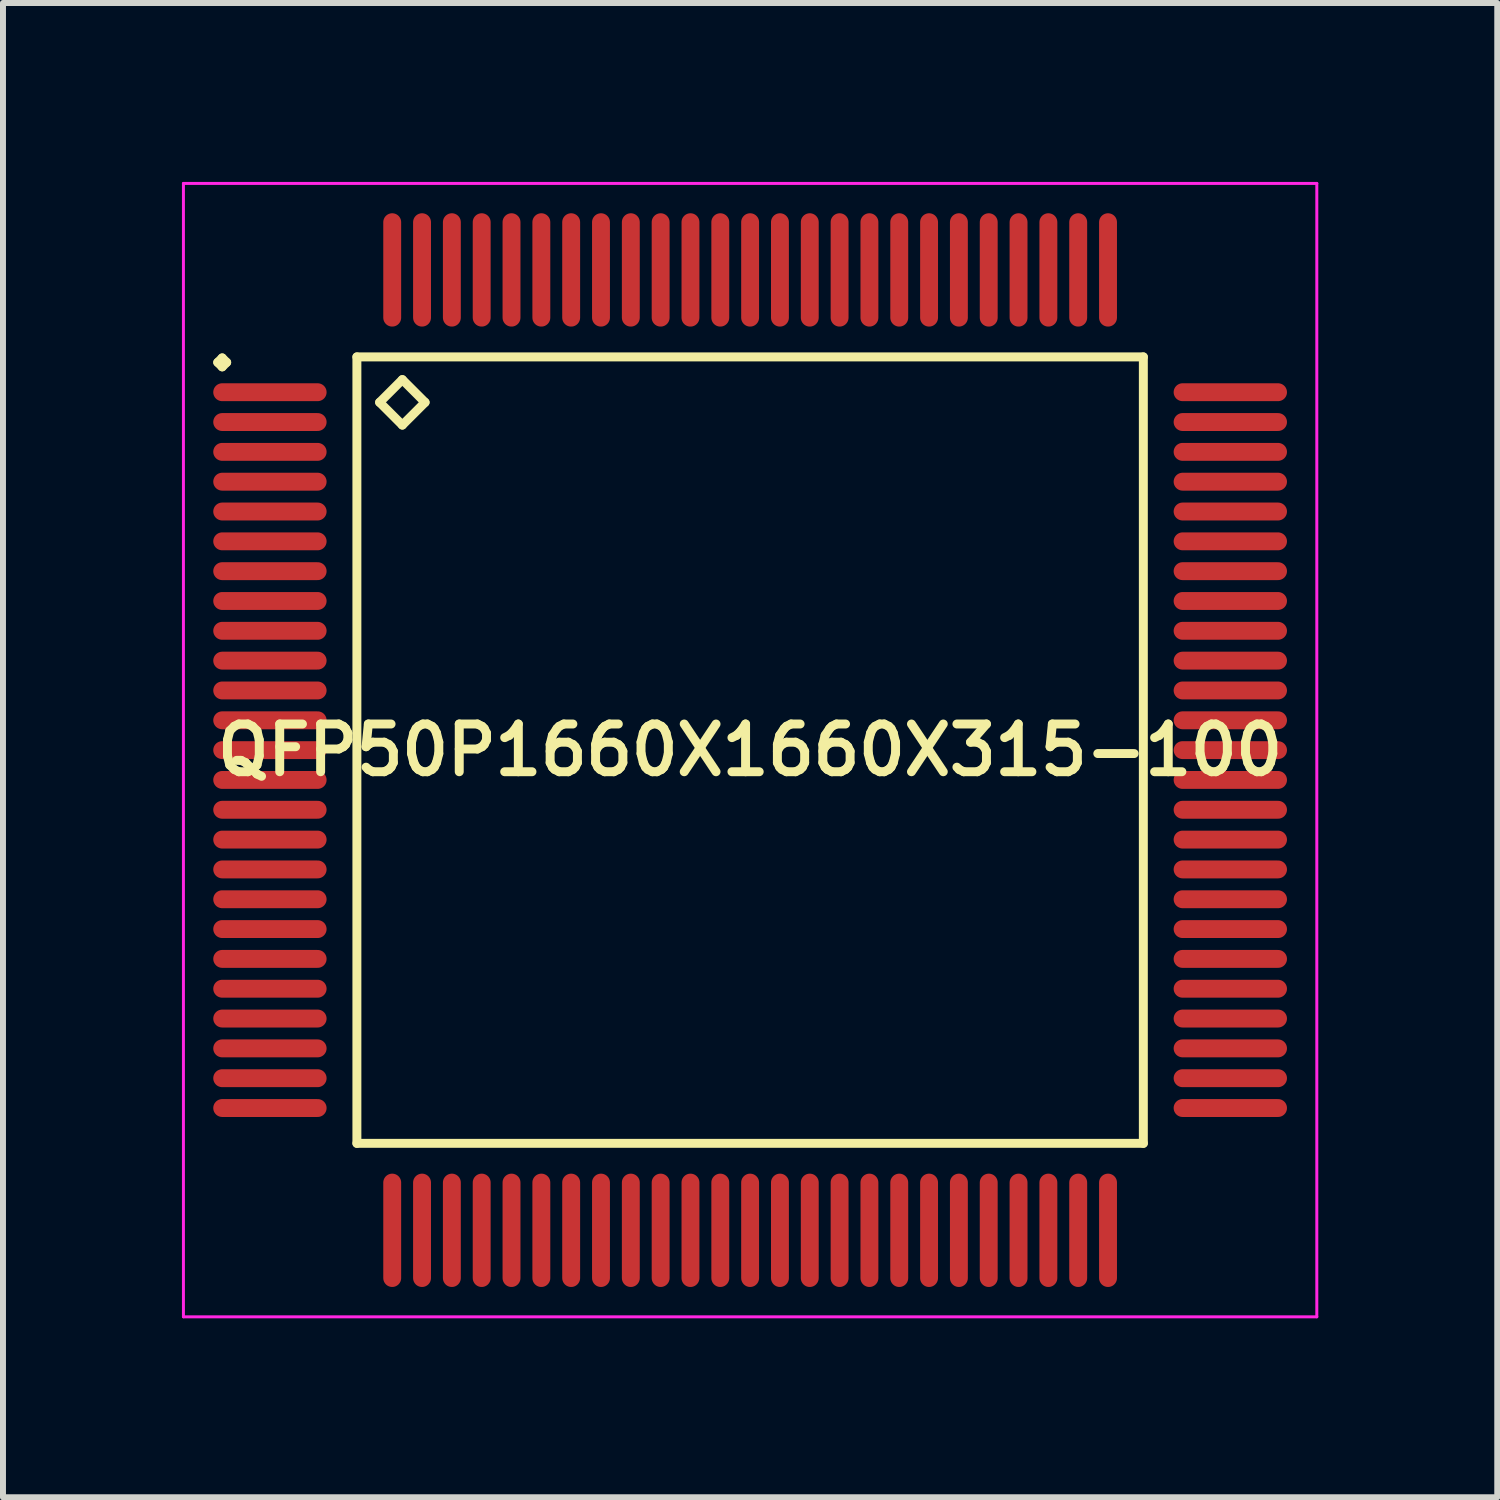
<source format=kicad_pcb>
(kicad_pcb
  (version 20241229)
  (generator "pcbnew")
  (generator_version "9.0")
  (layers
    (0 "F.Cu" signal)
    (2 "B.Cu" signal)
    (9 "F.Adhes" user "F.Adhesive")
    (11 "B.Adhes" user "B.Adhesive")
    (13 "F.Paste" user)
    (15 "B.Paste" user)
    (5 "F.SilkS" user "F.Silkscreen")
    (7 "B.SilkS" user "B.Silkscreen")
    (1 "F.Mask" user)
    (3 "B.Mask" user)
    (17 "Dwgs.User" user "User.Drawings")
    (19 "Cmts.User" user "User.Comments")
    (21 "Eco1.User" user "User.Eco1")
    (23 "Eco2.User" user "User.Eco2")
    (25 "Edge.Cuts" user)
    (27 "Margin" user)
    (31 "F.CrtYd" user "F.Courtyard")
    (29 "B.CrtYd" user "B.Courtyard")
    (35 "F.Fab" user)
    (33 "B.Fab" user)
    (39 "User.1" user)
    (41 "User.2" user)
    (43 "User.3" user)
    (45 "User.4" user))
  (footprint "QFP50P1660X1660X315-100"
    (layer "F.Cu")
    (at 9.525 9.525)
    (property "Reference" "QFP50P1660X1660X315-100" (at 0 0 0) (layer "F.SilkS") (effects (font (size 0.8 0.8) (thickness 0.15))))
    (attr smd)
    (fp_line (start -8.925 -6.5) (end -8.85 -6.575) (stroke (width 0.15) (type solid)) (layer "F.SilkS"))
    (fp_line (start -8.85 -6.575) (end -8.775 -6.5) (stroke (width 0.15) (type solid)) (layer "F.SilkS"))
    (fp_line (start -8.85 -6.425) (end -8.925 -6.5) (stroke (width 0.15) (type solid)) (layer "F.SilkS"))
    (fp_line (start -8.775 -6.5) (end -8.85 -6.425) (stroke (width 0.15) (type solid)) (layer "F.SilkS"))
    (fp_line (start -6.592 -6.592) (end -6.592 6.592) (stroke (width 0.15) (type solid)) (layer "F.SilkS"))
    (fp_line (start -6.592 6.592) (end 6.592 6.592) (stroke (width 0.15) (type solid)) (layer "F.SilkS"))
    (fp_line (start -6.211 -5.83) (end -5.83 -6.211) (stroke (width 0.15) (type solid)) (layer "F.SilkS"))
    (fp_line (start -5.83 -6.211) (end -5.449 -5.83) (stroke (width 0.15) (type solid)) (layer "F.SilkS"))
    (fp_line (start -5.83 -5.449) (end -6.211 -5.83) (stroke (width 0.15) (type solid)) (layer "F.SilkS"))
    (fp_line (start -5.449 -5.83) (end -5.83 -5.449) (stroke (width 0.15) (type solid)) (layer "F.SilkS"))
    (fp_line (start 6.592 -6.592) (end -6.592 -6.592) (stroke (width 0.15) (type solid)) (layer "F.SilkS"))
    (fp_line (start 6.592 6.592) (end 6.592 -6.592) (stroke (width 0.15) (type solid)) (layer "F.SilkS"))
    (fp_line (start -9.5 -9.5) (end 9.5 -9.5) (stroke (width 0.05) (type solid)) (layer "F.CrtYd"))
    (fp_line (start -9.5 9.5) (end -9.5 -9.5) (stroke (width 0.05) (type solid)) (layer "F.CrtYd"))
    (fp_line (start 9.5 -9.5) (end 9.5 9.5) (stroke (width 0.05) (type solid)) (layer "F.CrtYd"))
    (fp_line (start 9.5 9.5) (end -9.5 9.5) (stroke (width 0.05) (type solid)) (layer "F.CrtYd"))
    (pad "1" smd oval (at -8.05 -6) (size 1.9 0.3) (layers "F.Cu" "F.Mask" "F.Paste"))
    (pad "2" smd oval (at -8.05 -5.5) (size 1.9 0.3) (layers "F.Cu" "F.Mask" "F.Paste"))
    (pad "3" smd oval (at -8.05 -5) (size 1.9 0.3) (layers "F.Cu" "F.Mask" "F.Paste"))
    (pad "4" smd oval (at -8.05 -4.5) (size 1.9 0.3) (layers "F.Cu" "F.Mask" "F.Paste"))
    (pad "5" smd oval (at -8.05 -4) (size 1.9 0.3) (layers "F.Cu" "F.Mask" "F.Paste"))
    (pad "6" smd oval (at -8.05 -3.5) (size 1.9 0.3) (layers "F.Cu" "F.Mask" "F.Paste"))
    (pad "7" smd oval (at -8.05 -3) (size 1.9 0.3) (layers "F.Cu" "F.Mask" "F.Paste"))
    (pad "8" smd oval (at -8.05 -2.5) (size 1.9 0.3) (layers "F.Cu" "F.Mask" "F.Paste"))
    (pad "9" smd oval (at -8.05 -2) (size 1.9 0.3) (layers "F.Cu" "F.Mask" "F.Paste"))
    (pad "10" smd oval (at -8.05 -1.5) (size 1.9 0.3) (layers "F.Cu" "F.Mask" "F.Paste"))
    (pad "11" smd oval (at -8.05 -1) (size 1.9 0.3) (layers "F.Cu" "F.Mask" "F.Paste"))
    (pad "12" smd oval (at -8.05 -0.5) (size 1.9 0.3) (layers "F.Cu" "F.Mask" "F.Paste"))
    (pad "13" smd oval (at -8.05 0) (size 1.9 0.3) (layers "F.Cu" "F.Mask" "F.Paste"))
    (pad "14" smd oval (at -8.05 0.5) (size 1.9 0.3) (layers "F.Cu" "F.Mask" "F.Paste"))
    (pad "15" smd oval (at -8.05 1) (size 1.9 0.3) (layers "F.Cu" "F.Mask" "F.Paste"))
    (pad "16" smd oval (at -8.05 1.5) (size 1.9 0.3) (layers "F.Cu" "F.Mask" "F.Paste"))
    (pad "17" smd oval (at -8.05 2) (size 1.9 0.3) (layers "F.Cu" "F.Mask" "F.Paste"))
    (pad "18" smd oval (at -8.05 2.5) (size 1.9 0.3) (layers "F.Cu" "F.Mask" "F.Paste"))
    (pad "19" smd oval (at -8.05 3) (size 1.9 0.3) (layers "F.Cu" "F.Mask" "F.Paste"))
    (pad "20" smd oval (at -8.05 3.5) (size 1.9 0.3) (layers "F.Cu" "F.Mask" "F.Paste"))
    (pad "21" smd oval (at -8.05 4) (size 1.9 0.3) (layers "F.Cu" "F.Mask" "F.Paste"))
    (pad "22" smd oval (at -8.05 4.5) (size 1.9 0.3) (layers "F.Cu" "F.Mask" "F.Paste"))
    (pad "23" smd oval (at -8.05 5) (size 1.9 0.3) (layers "F.Cu" "F.Mask" "F.Paste"))
    (pad "24" smd oval (at -8.05 5.5) (size 1.9 0.3) (layers "F.Cu" "F.Mask" "F.Paste"))
    (pad "25" smd oval (at -8.05 6) (size 1.9 0.3) (layers "F.Cu" "F.Mask" "F.Paste"))
    (pad "26" smd oval (at -6 8.05) (size 0.3 1.9) (layers "F.Cu" "F.Mask" "F.Paste"))
    (pad "27" smd oval (at -5.5 8.05) (size 0.3 1.9) (layers "F.Cu" "F.Mask" "F.Paste"))
    (pad "28" smd oval (at -5 8.05) (size 0.3 1.9) (layers "F.Cu" "F.Mask" "F.Paste"))
    (pad "29" smd oval (at -4.5 8.05) (size 0.3 1.9) (layers "F.Cu" "F.Mask" "F.Paste"))
    (pad "30" smd oval (at -4 8.05) (size 0.3 1.9) (layers "F.Cu" "F.Mask" "F.Paste"))
    (pad "31" smd oval (at -3.5 8.05) (size 0.3 1.9) (layers "F.Cu" "F.Mask" "F.Paste"))
    (pad "32" smd oval (at -3 8.05) (size 0.3 1.9) (layers "F.Cu" "F.Mask" "F.Paste"))
    (pad "33" smd oval (at -2.5 8.05) (size 0.3 1.9) (layers "F.Cu" "F.Mask" "F.Paste"))
    (pad "34" smd oval (at -2 8.05) (size 0.3 1.9) (layers "F.Cu" "F.Mask" "F.Paste"))
    (pad "35" smd oval (at -1.5 8.05) (size 0.3 1.9) (layers "F.Cu" "F.Mask" "F.Paste"))
    (pad "36" smd oval (at -1 8.05) (size 0.3 1.9) (layers "F.Cu" "F.Mask" "F.Paste"))
    (pad "37" smd oval (at -0.5 8.05) (size 0.3 1.9) (layers "F.Cu" "F.Mask" "F.Paste"))
    (pad "38" smd oval (at 0 8.05) (size 0.3 1.9) (layers "F.Cu" "F.Mask" "F.Paste"))
    (pad "39" smd oval (at 0.5 8.05) (size 0.3 1.9) (layers "F.Cu" "F.Mask" "F.Paste"))
    (pad "40" smd oval (at 1 8.05) (size 0.3 1.9) (layers "F.Cu" "F.Mask" "F.Paste"))
    (pad "41" smd oval (at 1.5 8.05) (size 0.3 1.9) (layers "F.Cu" "F.Mask" "F.Paste"))
    (pad "42" smd oval (at 2 8.05) (size 0.3 1.9) (layers "F.Cu" "F.Mask" "F.Paste"))
    (pad "43" smd oval (at 2.5 8.05) (size 0.3 1.9) (layers "F.Cu" "F.Mask" "F.Paste"))
    (pad "44" smd oval (at 3 8.05) (size 0.3 1.9) (layers "F.Cu" "F.Mask" "F.Paste"))
    (pad "45" smd oval (at 3.5 8.05) (size 0.3 1.9) (layers "F.Cu" "F.Mask" "F.Paste"))
    (pad "46" smd oval (at 4 8.05) (size 0.3 1.9) (layers "F.Cu" "F.Mask" "F.Paste"))
    (pad "47" smd oval (at 4.5 8.05) (size 0.3 1.9) (layers "F.Cu" "F.Mask" "F.Paste"))
    (pad "48" smd oval (at 5 8.05) (size 0.3 1.9) (layers "F.Cu" "F.Mask" "F.Paste"))
    (pad "49" smd oval (at 5.5 8.05) (size 0.3 1.9) (layers "F.Cu" "F.Mask" "F.Paste"))
    (pad "50" smd oval (at 6 8.05) (size 0.3 1.9) (layers "F.Cu" "F.Mask" "F.Paste"))
    (pad "51" smd oval (at 8.05 6) (size 1.9 0.3) (layers "F.Cu" "F.Mask" "F.Paste"))
    (pad "52" smd oval (at 8.05 5.5) (size 1.9 0.3) (layers "F.Cu" "F.Mask" "F.Paste"))
    (pad "53" smd oval (at 8.05 5) (size 1.9 0.3) (layers "F.Cu" "F.Mask" "F.Paste"))
    (pad "54" smd oval (at 8.05 4.5) (size 1.9 0.3) (layers "F.Cu" "F.Mask" "F.Paste"))
    (pad "55" smd oval (at 8.05 4) (size 1.9 0.3) (layers "F.Cu" "F.Mask" "F.Paste"))
    (pad "56" smd oval (at 8.05 3.5) (size 1.9 0.3) (layers "F.Cu" "F.Mask" "F.Paste"))
    (pad "57" smd oval (at 8.05 3) (size 1.9 0.3) (layers "F.Cu" "F.Mask" "F.Paste"))
    (pad "58" smd oval (at 8.05 2.5) (size 1.9 0.3) (layers "F.Cu" "F.Mask" "F.Paste"))
    (pad "59" smd oval (at 8.05 2) (size 1.9 0.3) (layers "F.Cu" "F.Mask" "F.Paste"))
    (pad "60" smd oval (at 8.05 1.5) (size 1.9 0.3) (layers "F.Cu" "F.Mask" "F.Paste"))
    (pad "61" smd oval (at 8.05 1) (size 1.9 0.3) (layers "F.Cu" "F.Mask" "F.Paste"))
    (pad "62" smd oval (at 8.05 0.5) (size 1.9 0.3) (layers "F.Cu" "F.Mask" "F.Paste"))
    (pad "63" smd oval (at 8.05 0) (size 1.9 0.3) (layers "F.Cu" "F.Mask" "F.Paste"))
    (pad "64" smd oval (at 8.05 -0.5) (size 1.9 0.3) (layers "F.Cu" "F.Mask" "F.Paste"))
    (pad "65" smd oval (at 8.05 -1) (size 1.9 0.3) (layers "F.Cu" "F.Mask" "F.Paste"))
    (pad "66" smd oval (at 8.05 -1.5) (size 1.9 0.3) (layers "F.Cu" "F.Mask" "F.Paste"))
    (pad "67" smd oval (at 8.05 -2) (size 1.9 0.3) (layers "F.Cu" "F.Mask" "F.Paste"))
    (pad "68" smd oval (at 8.05 -2.5) (size 1.9 0.3) (layers "F.Cu" "F.Mask" "F.Paste"))
    (pad "69" smd oval (at 8.05 -3) (size 1.9 0.3) (layers "F.Cu" "F.Mask" "F.Paste"))
    (pad "70" smd oval (at 8.05 -3.5) (size 1.9 0.3) (layers "F.Cu" "F.Mask" "F.Paste"))
    (pad "71" smd oval (at 8.05 -4) (size 1.9 0.3) (layers "F.Cu" "F.Mask" "F.Paste"))
    (pad "72" smd oval (at 8.05 -4.5) (size 1.9 0.3) (layers "F.Cu" "F.Mask" "F.Paste"))
    (pad "73" smd oval (at 8.05 -5) (size 1.9 0.3) (layers "F.Cu" "F.Mask" "F.Paste"))
    (pad "74" smd oval (at 8.05 -5.5) (size 1.9 0.3) (layers "F.Cu" "F.Mask" "F.Paste"))
    (pad "75" smd oval (at 8.05 -6) (size 1.9 0.3) (layers "F.Cu" "F.Mask" "F.Paste"))
    (pad "76" smd oval (at 6 -8.05) (size 0.3 1.9) (layers "F.Cu" "F.Mask" "F.Paste"))
    (pad "77" smd oval (at 5.5 -8.05) (size 0.3 1.9) (layers "F.Cu" "F.Mask" "F.Paste"))
    (pad "78" smd oval (at 5 -8.05) (size 0.3 1.9) (layers "F.Cu" "F.Mask" "F.Paste"))
    (pad "79" smd oval (at 4.5 -8.05) (size 0.3 1.9) (layers "F.Cu" "F.Mask" "F.Paste"))
    (pad "80" smd oval (at 4 -8.05) (size 0.3 1.9) (layers "F.Cu" "F.Mask" "F.Paste"))
    (pad "81" smd oval (at 3.5 -8.05) (size 0.3 1.9) (layers "F.Cu" "F.Mask" "F.Paste"))
    (pad "82" smd oval (at 3 -8.05) (size 0.3 1.9) (layers "F.Cu" "F.Mask" "F.Paste"))
    (pad "83" smd oval (at 2.5 -8.05) (size 0.3 1.9) (layers "F.Cu" "F.Mask" "F.Paste"))
    (pad "84" smd oval (at 2 -8.05) (size 0.3 1.9) (layers "F.Cu" "F.Mask" "F.Paste"))
    (pad "85" smd oval (at 1.5 -8.05) (size 0.3 1.9) (layers "F.Cu" "F.Mask" "F.Paste"))
    (pad "86" smd oval (at 1 -8.05) (size 0.3 1.9) (layers "F.Cu" "F.Mask" "F.Paste"))
    (pad "87" smd oval (at 0.5 -8.05) (size 0.3 1.9) (layers "F.Cu" "F.Mask" "F.Paste"))
    (pad "88" smd oval (at 0 -8.05) (size 0.3 1.9) (layers "F.Cu" "F.Mask" "F.Paste"))
    (pad "89" smd oval (at -0.5 -8.05) (size 0.3 1.9) (layers "F.Cu" "F.Mask" "F.Paste"))
    (pad "90" smd oval (at -1 -8.05) (size 0.3 1.9) (layers "F.Cu" "F.Mask" "F.Paste"))
    (pad "91" smd oval (at -1.5 -8.05) (size 0.3 1.9) (layers "F.Cu" "F.Mask" "F.Paste"))
    (pad "92" smd oval (at -2 -8.05) (size 0.3 1.9) (layers "F.Cu" "F.Mask" "F.Paste"))
    (pad "93" smd oval (at -2.5 -8.05) (size 0.3 1.9) (layers "F.Cu" "F.Mask" "F.Paste"))
    (pad "94" smd oval (at -3 -8.05) (size 0.3 1.9) (layers "F.Cu" "F.Mask" "F.Paste"))
    (pad "95" smd oval (at -3.5 -8.05) (size 0.3 1.9) (layers "F.Cu" "F.Mask" "F.Paste"))
    (pad "96" smd oval (at -4 -8.05) (size 0.3 1.9) (layers "F.Cu" "F.Mask" "F.Paste"))
    (pad "97" smd oval (at -4.5 -8.05) (size 0.3 1.9) (layers "F.Cu" "F.Mask" "F.Paste"))
    (pad "98" smd oval (at -5 -8.05) (size 0.3 1.9) (layers "F.Cu" "F.Mask" "F.Paste"))
    (pad "99" smd oval (at -5.5 -8.05) (size 0.3 1.9) (layers "F.Cu" "F.Mask" "F.Paste"))
    (pad "100" smd oval (at -6 -8.05) (size 0.3 1.9) (layers "F.Cu" "F.Mask" "F.Paste")))
  (gr_rect
    (start -3 -3)
    (end 22.05 22.05)
    (stroke (width 0.1) (type default))
    (fill no)
    (layer "Edge.Cuts")))
</source>
